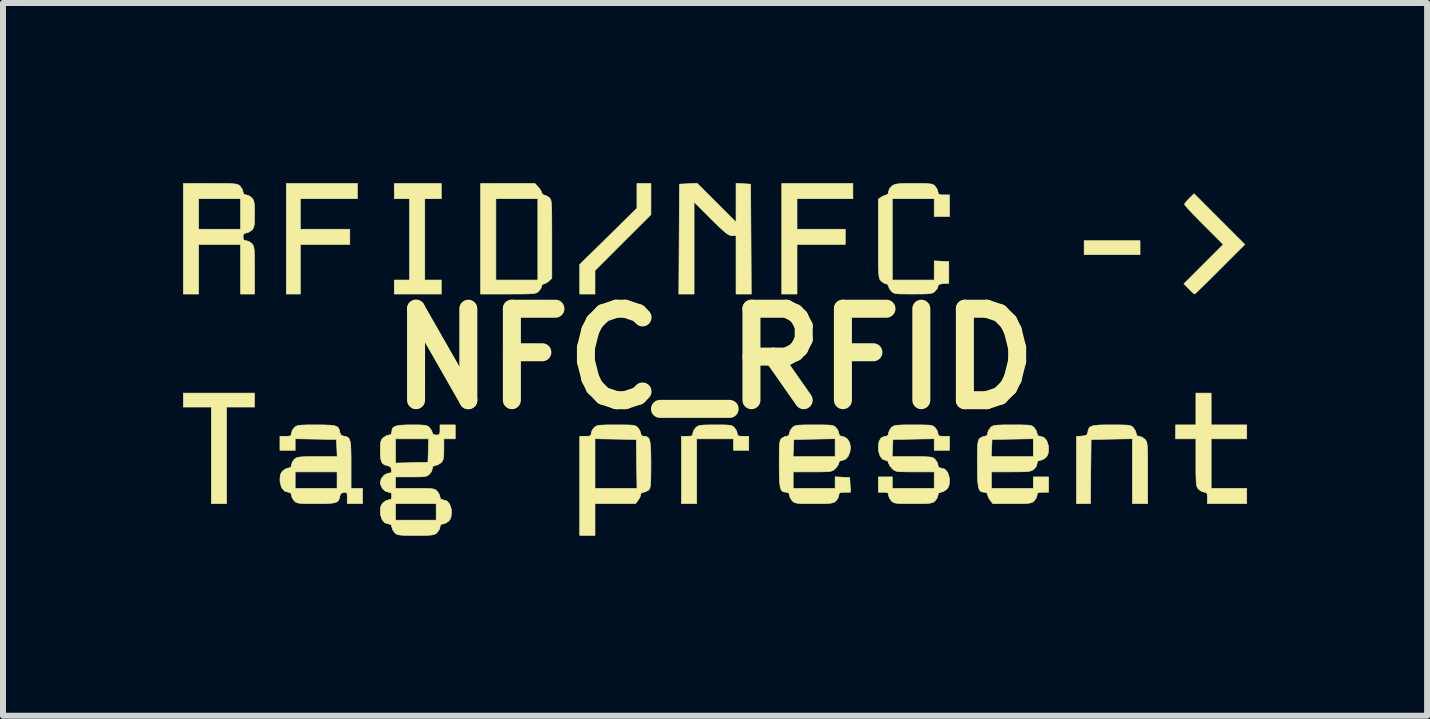
<source format=kicad_pcb>
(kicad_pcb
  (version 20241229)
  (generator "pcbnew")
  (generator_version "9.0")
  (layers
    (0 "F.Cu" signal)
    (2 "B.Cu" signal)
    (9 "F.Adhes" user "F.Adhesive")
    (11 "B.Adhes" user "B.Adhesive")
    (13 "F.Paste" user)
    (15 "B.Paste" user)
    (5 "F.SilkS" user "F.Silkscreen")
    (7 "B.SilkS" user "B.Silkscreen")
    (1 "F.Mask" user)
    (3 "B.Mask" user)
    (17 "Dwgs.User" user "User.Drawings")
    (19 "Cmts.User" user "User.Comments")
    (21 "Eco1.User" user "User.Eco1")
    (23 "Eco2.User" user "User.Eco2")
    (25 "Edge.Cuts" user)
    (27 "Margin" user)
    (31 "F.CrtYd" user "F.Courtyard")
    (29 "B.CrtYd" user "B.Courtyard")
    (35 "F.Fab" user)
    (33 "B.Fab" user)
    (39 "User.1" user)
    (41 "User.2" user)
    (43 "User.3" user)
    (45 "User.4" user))
  (footprint "NFC_RFID"
    (layer "F.Cu")
    (at 8.853 2.928)
    (property "Reference" "NFC_RFID" (at 0 0 0) (layer "F.SilkS") (effects (font (size 1.524 1.524) (thickness 0.3))))
    (attr through_hole)
    (fp_poly (pts (xy 7.091 -1.736) (xy 6.16 -1.736) (xy 6.16 -1.968) (xy 7.091 -1.968) (xy 7.091 -1.736)) (stroke (width 0.01) (type solid)) (fill yes) (layer "F.SilkS"))
    (fp_poly (pts (xy -7.662 0.804) (xy -8.128 0.804) (xy -8.128 2.413) (xy -8.382 2.413) (xy -8.382 0.804) (xy -8.848 0.804) (xy -8.848 0.572) (xy -7.662 0.572) (xy -7.662 0.804)) (stroke (width 0.01) (type solid)) (fill yes) (layer "F.SilkS"))
    (fp_poly (pts (xy -5.948 -2.667) (xy -6.9 -2.667) (xy -6.9 -2.159) (xy -6.075 -2.159) (xy -6.075 -1.905) (xy -6.9 -1.905) (xy -6.9 -1.079) (xy -7.133 -1.079) (xy -7.133 -2.921) (xy -5.948 -2.921) (xy -5.948 -2.667)) (stroke (width 0.01) (type solid)) (fill yes) (layer "F.SilkS"))
    (fp_poly (pts (xy 2.307 -2.667) (xy 1.376 -2.667) (xy 1.376 -2.159) (xy 2.18 -2.159) (xy 2.18 -1.905) (xy 1.376 -1.905) (xy 1.376 -1.079) (xy 1.122 -1.079) (xy 1.122 -2.921) (xy 2.307 -2.921) (xy 2.307 -2.667)) (stroke (width 0.01) (type solid)) (fill yes) (layer "F.SilkS"))
    (fp_poly (pts (xy -1.058 -2.402) (xy -1.524 -1.937) (xy -1.99 -1.471) (xy -1.99 -1.079) (xy -2.244 -1.079) (xy -2.244 -1.572) (xy -1.767 -2.04) (xy -1.291 -2.508) (xy -1.291 -2.715) (xy -1.291 -2.921) (xy -1.058 -2.921) (xy -1.058 -2.402)) (stroke (width 0.01) (type solid)) (fill yes) (layer "F.SilkS"))
    (fp_poly (pts (xy -4.551 -2.667) (xy -4.826 -2.667) (xy -4.826 -1.312) (xy -4.551 -1.312) (xy -4.551 -1.079) (xy -5.334 -1.079) (xy -5.334 -1.312) (xy -5.08 -1.312) (xy -5.08 -2.667) (xy -5.334 -2.667) (xy -5.334 -2.921) (xy -4.551 -2.921) (xy -4.551 -2.667)) (stroke (width 0.01) (type solid)) (fill yes) (layer "F.SilkS"))
    (fp_poly (pts (xy 0.036 -2.6) (xy 0.36 -2.276) (xy 0.36 -2.923) (xy 0.482 -2.917) (xy 0.603 -2.91) (xy 0.609 -1.995) (xy 0.614 -1.079) (xy 0.36 -1.079) (xy 0.36 -2.053) (xy 0.291 -2.053) (xy 0.264 -2.056) (xy 0.233 -2.069) (xy 0.195 -2.095) (xy 0.144 -2.138) (xy 0.075 -2.202) (xy -0.016 -2.291) (xy -0.058 -2.333) (xy -0.339 -2.613) (xy -0.339 -1.079) (xy -0.593 -1.079) (xy -0.588 -1.995) (xy -0.582 -2.91) (xy -0.435 -2.917) (xy -0.288 -2.923) (xy 0.036 -2.6)) (stroke (width 0.01) (type solid)) (fill yes) (layer "F.SilkS"))
    (fp_poly (pts (xy 8.414 -2.328) (xy 8.837 -1.905) (xy 8.424 -1.492) (xy 8.316 -1.384) (xy 8.218 -1.287) (xy 8.133 -1.204) (xy 8.066 -1.139) (xy 8.021 -1.097) (xy 8.001 -1.08) (xy 8 -1.079) (xy 7.98 -1.093) (xy 7.941 -1.129) (xy 7.905 -1.165) (xy 7.822 -1.25) (xy 8.477 -1.905) (xy 8.154 -2.228) (xy 8.059 -2.324) (xy 7.975 -2.411) (xy 7.907 -2.484) (xy 7.858 -2.538) (xy 7.834 -2.568) (xy 7.832 -2.573) (xy 7.846 -2.599) (xy 7.882 -2.642) (xy 7.912 -2.673) (xy 7.991 -2.751) (xy 8.414 -2.328)) (stroke (width 0.01) (type solid)) (fill yes) (layer "F.SilkS"))
    (fp_poly (pts (xy 8.276 1.101) (xy 8.869 1.101) (xy 8.869 1.333) (xy 8.276 1.333) (xy 8.276 2.159) (xy 8.869 2.159) (xy 8.869 2.413) (xy 8.213 2.413) (xy 8.213 2.318) (xy 8.21 2.259) (xy 8.199 2.231) (xy 8.174 2.223) (xy 8.163 2.223) (xy 8.114 2.208) (xy 8.068 2.174) (xy 8.052 2.154) (xy 8.04 2.132) (xy 8.032 2.099) (xy 8.027 2.051) (xy 8.024 1.98) (xy 8.022 1.88) (xy 8.022 1.745) (xy 8.022 1.729) (xy 8.022 1.333) (xy 7.684 1.333) (xy 7.684 1.101) (xy 8.022 1.101) (xy 8.022 0.572) (xy 8.276 0.572) (xy 8.276 1.101)) (stroke (width 0.01) (type solid)) (fill yes) (layer "F.SilkS"))
    (fp_poly (pts (xy 0.127 1.101) (xy 0.206 1.103) (xy 0.258 1.108) (xy 0.293 1.117) (xy 0.316 1.132) (xy 0.335 1.15) (xy 0.368 1.199) (xy 0.381 1.245) (xy 0.386 1.274) (xy 0.409 1.287) (xy 0.461 1.291) (xy 0.476 1.291) (xy 0.572 1.291) (xy 0.572 1.524) (xy 0.318 1.524) (xy 0.318 1.333) (xy -0.296 1.333) (xy -0.296 2.413) (xy -0.55 2.413) (xy -0.55 1.291) (xy -0.455 1.291) (xy -0.396 1.289) (xy -0.368 1.278) (xy -0.36 1.253) (xy -0.36 1.242) (xy -0.345 1.193) (xy -0.311 1.147) (xy -0.287 1.128) (xy -0.26 1.115) (xy -0.219 1.107) (xy -0.158 1.103) (xy -0.069 1.101) (xy 0.014 1.101) (xy 0.127 1.101)) (stroke (width 0.01) (type solid)) (fill yes) (layer "F.SilkS"))
    (fp_poly (pts (xy 6.738 1.101) (xy 6.826 1.103) (xy 6.886 1.106) (xy 6.926 1.113) (xy 6.952 1.124) (xy 6.972 1.14) (xy 6.981 1.15) (xy 7.014 1.199) (xy 7.027 1.245) (xy 7.039 1.282) (xy 7.077 1.291) (xy 7.126 1.306) (xy 7.172 1.34) (xy 7.186 1.357) (xy 7.197 1.377) (xy 7.205 1.404) (xy 7.211 1.446) (xy 7.215 1.507) (xy 7.217 1.592) (xy 7.218 1.707) (xy 7.218 1.858) (xy 7.218 1.901) (xy 7.218 2.413) (xy 6.964 2.413) (xy 6.964 1.332) (xy 6.62 1.338) (xy 6.276 1.344) (xy 6.27 1.879) (xy 6.265 2.413) (xy 6.032 2.413) (xy 6.032 1.294) (xy 6.122 1.287) (xy 6.18 1.279) (xy 6.209 1.263) (xy 6.219 1.229) (xy 6.22 1.228) (xy 6.229 1.182) (xy 6.245 1.149) (xy 6.276 1.126) (xy 6.326 1.112) (xy 6.402 1.104) (xy 6.51 1.101) (xy 6.614 1.101) (xy 6.738 1.101)) (stroke (width 0.01) (type solid)) (fill yes) (layer "F.SilkS"))
    (fp_poly (pts (xy -2.936 -2.862) (xy -2.898 -2.814) (xy -2.879 -2.773) (xy -2.879 -2.766) (xy -2.861 -2.736) (xy -2.842 -2.73) (xy -2.799 -2.716) (xy -2.757 -2.689) (xy -2.744 -2.677) (xy -2.733 -2.663) (xy -2.725 -2.642) (xy -2.719 -2.61) (xy -2.715 -2.561) (xy -2.712 -2.492) (xy -2.71 -2.396) (xy -2.71 -2.271) (xy -2.709 -2.111) (xy -2.709 -1.995) (xy -2.709 -1.341) (xy -2.758 -1.295) (xy -2.804 -1.262) (xy -2.843 -1.249) (xy -2.873 -1.231) (xy -2.879 -1.21) (xy -2.893 -1.169) (xy -2.928 -1.126) (xy -2.945 -1.11) (xy -2.966 -1.099) (xy -2.996 -1.091) (xy -3.04 -1.085) (xy -3.105 -1.082) (xy -3.196 -1.08) (xy -3.319 -1.08) (xy -3.436 -1.079) (xy -3.895 -1.079) (xy -3.895 -2.667) (xy -3.641 -2.667) (xy -3.641 -1.312) (xy -2.942 -1.312) (xy -2.942 -2.667) (xy -3.641 -2.667) (xy -3.895 -2.667) (xy -3.895 -2.921) (xy -2.992 -2.921) (xy -2.936 -2.862)) (stroke (width 0.01) (type solid)) (fill yes) (layer "F.SilkS"))
    (fp_poly (pts (xy -8.247 -2.921) (xy -8.134 -2.92) (xy -8.052 -2.918) (xy -7.995 -2.914) (xy -7.956 -2.908) (xy -7.931 -2.899) (xy -7.913 -2.886) (xy -7.899 -2.872) (xy -7.866 -2.823) (xy -7.853 -2.777) (xy -7.841 -2.74) (xy -7.804 -2.731) (xy -7.754 -2.716) (xy -7.708 -2.682) (xy -7.687 -2.655) (xy -7.674 -2.623) (xy -7.666 -2.576) (xy -7.663 -2.505) (xy -7.662 -2.41) (xy -7.663 -2.309) (xy -7.666 -2.242) (xy -7.674 -2.198) (xy -7.687 -2.168) (xy -7.708 -2.144) (xy -7.711 -2.142) (xy -7.761 -2.108) (xy -7.807 -2.095) (xy -7.84 -2.087) (xy -7.852 -2.054) (xy -7.853 -2.032) (xy -7.847 -1.986) (xy -7.823 -1.97) (xy -7.804 -1.969) (xy -7.754 -1.954) (xy -7.708 -1.92) (xy -7.692 -1.9) (xy -7.68 -1.878) (xy -7.672 -1.845) (xy -7.667 -1.797) (xy -7.664 -1.726) (xy -7.663 -1.626) (xy -7.662 -1.491) (xy -7.662 -1.475) (xy -7.662 -1.079) (xy -7.895 -1.079) (xy -7.895 -1.905) (xy -8.594 -1.905) (xy -8.594 -1.079) (xy -8.848 -1.079) (xy -8.848 -2.667) (xy -8.594 -2.667) (xy -8.594 -2.159) (xy -7.895 -2.159) (xy -7.895 -2.667) (xy -8.594 -2.667) (xy -8.848 -2.667) (xy -8.848 -2.921) (xy -8.396 -2.921) (xy -8.247 -2.921)) (stroke (width 0.01) (type solid)) (fill yes) (layer "F.SilkS"))
    (fp_poly (pts (xy -1.515 1.101) (xy -1.427 1.103) (xy -1.367 1.106) (xy -1.328 1.113) (xy -1.302 1.125) (xy -1.282 1.141) (xy -1.274 1.15) (xy -1.241 1.199) (xy -1.228 1.245) (xy -1.216 1.281) (xy -1.178 1.291) (xy -1.139 1.294) (xy -1.109 1.308) (xy -1.088 1.336) (xy -1.074 1.384) (xy -1.065 1.458) (xy -1.06 1.562) (xy -1.058 1.701) (xy -1.058 1.761) (xy -1.059 1.9) (xy -1.06 2.003) (xy -1.063 2.077) (xy -1.069 2.126) (xy -1.077 2.158) (xy -1.088 2.178) (xy -1.097 2.187) (xy -1.146 2.215) (xy -1.182 2.223) (xy -1.22 2.236) (xy -1.228 2.262) (xy -1.24 2.306) (xy -1.271 2.356) (xy -1.272 2.357) (xy -1.315 2.413) (xy -1.99 2.413) (xy -1.99 2.942) (xy -2.244 2.942) (xy -2.244 2.159) (xy -1.99 2.159) (xy -1.29 2.159) (xy -1.296 1.752) (xy -1.302 1.344) (xy -1.99 1.332) (xy -1.99 2.159) (xy -2.244 2.159) (xy -2.244 1.291) (xy -2.148 1.291) (xy -2.089 1.289) (xy -2.062 1.278) (xy -2.053 1.253) (xy -2.053 1.242) (xy -2.038 1.193) (xy -2.004 1.147) (xy -1.983 1.129) (xy -1.957 1.116) (xy -1.92 1.108) (xy -1.865 1.104) (xy -1.783 1.101) (xy -1.668 1.101) (xy -1.637 1.101) (xy -1.515 1.101)) (stroke (width 0.01) (type solid)) (fill yes) (layer "F.SilkS"))
    (fp_poly (pts (xy 3.444 -2.921) (xy 3.53 -2.919) (xy 3.588 -2.915) (xy 3.627 -2.908) (xy 3.653 -2.896) (xy 3.673 -2.879) (xy 3.679 -2.872) (xy 3.712 -2.823) (xy 3.725 -2.777) (xy 3.731 -2.748) (xy 3.753 -2.734) (xy 3.805 -2.731) (xy 3.821 -2.731) (xy 3.916 -2.731) (xy 3.916 -2.371) (xy 3.662 -2.371) (xy 3.662 -2.667) (xy 2.963 -2.667) (xy 2.963 -1.312) (xy 3.662 -1.312) (xy 3.662 -1.632) (xy 3.905 -1.619) (xy 3.905 -1.259) (xy 3.815 -1.253) (xy 3.756 -1.244) (xy 3.729 -1.227) (xy 3.725 -1.209) (xy 3.711 -1.169) (xy 3.676 -1.126) (xy 3.655 -1.108) (xy 3.629 -1.095) (xy 3.592 -1.087) (xy 3.537 -1.082) (xy 3.455 -1.08) (xy 3.341 -1.08) (xy 3.31 -1.079) (xy 3.187 -1.08) (xy 3.099 -1.081) (xy 3.039 -1.085) (xy 3 -1.092) (xy 2.974 -1.104) (xy 2.954 -1.12) (xy 2.946 -1.128) (xy 2.913 -1.174) (xy 2.9 -1.213) (xy 2.882 -1.243) (xy 2.861 -1.249) (xy 2.82 -1.263) (xy 2.777 -1.298) (xy 2.764 -1.313) (xy 2.753 -1.33) (xy 2.746 -1.354) (xy 2.74 -1.39) (xy 2.736 -1.442) (xy 2.733 -1.516) (xy 2.731 -1.616) (xy 2.731 -1.746) (xy 2.731 -1.912) (xy 2.731 -2.004) (xy 2.731 -2.662) (xy 2.783 -2.696) (xy 2.832 -2.721) (xy 2.867 -2.731) (xy 2.894 -2.749) (xy 2.9 -2.782) (xy 2.918 -2.835) (xy 2.956 -2.877) (xy 2.981 -2.894) (xy 3.011 -2.906) (xy 3.054 -2.914) (xy 3.116 -2.919) (xy 3.206 -2.921) (xy 3.322 -2.921) (xy 3.444 -2.921)) (stroke (width 0.01) (type solid)) (fill yes) (layer "F.SilkS"))
    (fp_poly (pts (xy 5.089 1.101) (xy 5.177 1.103) (xy 5.237 1.106) (xy 5.276 1.113) (xy 5.302 1.125) (xy 5.322 1.141) (xy 5.33 1.15) (xy 5.363 1.199) (xy 5.376 1.245) (xy 5.388 1.282) (xy 5.426 1.291) (xy 5.49 1.31) (xy 5.537 1.364) (xy 5.563 1.445) (xy 5.567 1.495) (xy 5.562 1.569) (xy 5.543 1.618) (xy 5.518 1.647) (xy 5.469 1.68) (xy 5.423 1.693) (xy 5.386 1.704) (xy 5.376 1.744) (xy 5.376 1.745) (xy 5.359 1.798) (xy 5.321 1.84) (xy 5.296 1.857) (xy 5.266 1.869) (xy 5.225 1.877) (xy 5.165 1.881) (xy 5.077 1.883) (xy 4.956 1.884) (xy 4.94 1.884) (xy 4.614 1.884) (xy 4.614 2.159) (xy 5.313 2.159) (xy 5.313 1.968) (xy 5.567 1.968) (xy 5.567 2.223) (xy 5.472 2.223) (xy 5.413 2.225) (xy 5.385 2.236) (xy 5.377 2.261) (xy 5.376 2.272) (xy 5.361 2.321) (xy 5.327 2.367) (xy 5.306 2.385) (xy 5.28 2.397) (xy 5.244 2.405) (xy 5.188 2.41) (xy 5.107 2.412) (xy 4.993 2.413) (xy 4.958 2.413) (xy 4.639 2.413) (xy 4.595 2.357) (xy 4.564 2.307) (xy 4.551 2.263) (xy 4.551 2.262) (xy 4.536 2.23) (xy 4.501 2.223) (xy 4.462 2.219) (xy 4.433 2.206) (xy 4.411 2.178) (xy 4.397 2.129) (xy 4.388 2.056) (xy 4.383 1.952) (xy 4.382 1.813) (xy 4.381 1.753) (xy 4.382 1.63) (xy 4.612 1.63) (xy 5.313 1.63) (xy 5.313 1.332) (xy 4.969 1.338) (xy 4.625 1.344) (xy 4.612 1.63) (xy 4.382 1.63) (xy 4.382 1.614) (xy 4.383 1.51) (xy 4.386 1.437) (xy 4.392 1.388) (xy 4.4 1.356) (xy 4.411 1.336) (xy 4.42 1.326) (xy 4.469 1.298) (xy 4.505 1.291) (xy 4.541 1.279) (xy 4.551 1.242) (xy 4.566 1.193) (xy 4.6 1.147) (xy 4.621 1.129) (xy 4.647 1.116) (xy 4.684 1.108) (xy 4.739 1.104) (xy 4.821 1.101) (xy 4.936 1.101) (xy 4.967 1.101) (xy 5.089 1.101)) (stroke (width 0.01) (type solid)) (fill yes) (layer "F.SilkS"))
    (fp_poly (pts (xy -6.498 1.102) (xy -6.399 1.106) (xy -6.331 1.115) (xy -6.287 1.132) (xy -6.261 1.157) (xy -6.247 1.194) (xy -6.241 1.228) (xy -6.22 1.272) (xy -6.181 1.288) (xy -6.139 1.295) (xy -6.107 1.309) (xy -6.085 1.334) (xy -6.07 1.376) (xy -6.06 1.44) (xy -6.056 1.532) (xy -6.054 1.657) (xy -6.054 1.76) (xy -6.054 2.159) (xy -5.863 2.159) (xy -5.863 2.413) (xy -6.117 2.413) (xy -6.117 2.316) (xy -6.119 2.257) (xy -6.128 2.23) (xy -6.153 2.224) (xy -6.175 2.226) (xy -6.222 2.243) (xy -6.241 2.284) (xy -6.241 2.286) (xy -6.25 2.332) (xy -6.267 2.365) (xy -6.297 2.387) (xy -6.347 2.402) (xy -6.423 2.409) (xy -6.531 2.413) (xy -6.635 2.413) (xy -6.759 2.413) (xy -6.847 2.411) (xy -6.907 2.407) (xy -6.947 2.4) (xy -6.973 2.389) (xy -6.994 2.373) (xy -7.002 2.364) (xy -7.036 2.315) (xy -7.048 2.269) (xy -7.06 2.232) (xy -7.098 2.223) (xy -7.162 2.203) (xy -7.209 2.15) (xy -7.235 2.069) (xy -7.239 2.018) (xy -7.234 1.944) (xy -7.215 1.895) (xy -7.205 1.884) (xy -6.985 1.884) (xy -6.985 2.159) (xy -6.287 2.159) (xy -6.287 1.884) (xy -6.985 1.884) (xy -7.205 1.884) (xy -7.19 1.866) (xy -7.141 1.833) (xy -7.095 1.82) (xy -7.058 1.809) (xy -7.048 1.771) (xy -7.034 1.722) (xy -7 1.676) (xy -6.978 1.658) (xy -6.954 1.646) (xy -6.918 1.638) (xy -6.864 1.633) (xy -6.785 1.631) (xy -6.674 1.63) (xy -6.618 1.63) (xy -6.285 1.63) (xy -6.291 1.487) (xy -6.297 1.344) (xy -6.641 1.338) (xy -6.985 1.332) (xy -6.985 1.524) (xy -7.239 1.524) (xy -7.239 1.291) (xy -7.144 1.291) (xy -7.085 1.289) (xy -7.057 1.278) (xy -7.049 1.253) (xy -7.048 1.242) (xy -7.034 1.193) (xy -7 1.147) (xy -6.978 1.129) (xy -6.952 1.116) (xy -6.916 1.108) (xy -6.86 1.104) (xy -6.779 1.101) (xy -6.664 1.101) (xy -6.632 1.101) (xy -6.498 1.102)) (stroke (width 0.01) (type solid)) (fill yes) (layer "F.SilkS"))
    (fp_poly (pts (xy 1.787 1.101) (xy 1.875 1.103) (xy 1.935 1.106) (xy 1.974 1.113) (xy 2 1.125) (xy 2.02 1.141) (xy 2.028 1.15) (xy 2.061 1.199) (xy 2.074 1.245) (xy 2.086 1.282) (xy 2.124 1.291) (xy 2.173 1.306) (xy 2.219 1.34) (xy 2.255 1.403) (xy 2.267 1.478) (xy 2.257 1.555) (xy 2.228 1.624) (xy 2.184 1.674) (xy 2.127 1.693) (xy 2.126 1.693) (xy 2.084 1.705) (xy 2.074 1.732) (xy 2.06 1.771) (xy 2.024 1.818) (xy 2.015 1.827) (xy 1.991 1.849) (xy 1.968 1.864) (xy 1.937 1.874) (xy 1.891 1.88) (xy 1.823 1.883) (xy 1.726 1.884) (xy 1.634 1.884) (xy 1.312 1.884) (xy 1.312 2.159) (xy 2.011 2.159) (xy 2.011 1.966) (xy 2.254 1.979) (xy 2.261 2.101) (xy 2.267 2.223) (xy 2.171 2.223) (xy 2.111 2.225) (xy 2.083 2.236) (xy 2.075 2.26) (xy 2.074 2.272) (xy 2.059 2.321) (xy 2.025 2.367) (xy 2.004 2.385) (xy 1.978 2.397) (xy 1.941 2.405) (xy 1.886 2.41) (xy 1.804 2.412) (xy 1.69 2.413) (xy 1.659 2.413) (xy 1.536 2.413) (xy 1.448 2.411) (xy 1.389 2.407) (xy 1.349 2.4) (xy 1.323 2.389) (xy 1.303 2.372) (xy 1.295 2.364) (xy 1.262 2.315) (xy 1.249 2.269) (xy 1.237 2.232) (xy 1.199 2.223) (xy 1.16 2.219) (xy 1.131 2.206) (xy 1.109 2.178) (xy 1.095 2.129) (xy 1.086 2.056) (xy 1.081 1.952) (xy 1.08 1.813) (xy 1.079 1.753) (xy 1.08 1.63) (xy 1.31 1.63) (xy 2.011 1.63) (xy 2.011 1.332) (xy 1.667 1.338) (xy 1.323 1.344) (xy 1.31 1.63) (xy 1.08 1.63) (xy 1.08 1.614) (xy 1.081 1.51) (xy 1.084 1.437) (xy 1.09 1.388) (xy 1.098 1.356) (xy 1.109 1.336) (xy 1.118 1.326) (xy 1.167 1.298) (xy 1.203 1.291) (xy 1.239 1.279) (xy 1.249 1.242) (xy 1.264 1.193) (xy 1.298 1.147) (xy 1.319 1.129) (xy 1.345 1.116) (xy 1.382 1.108) (xy 1.437 1.104) (xy 1.519 1.101) (xy 1.634 1.101) (xy 1.665 1.101) (xy 1.787 1.101)) (stroke (width 0.01) (type solid)) (fill yes) (layer "F.SilkS"))
    (fp_poly (pts (xy 3.438 1.101) (xy 3.526 1.103) (xy 3.586 1.106) (xy 3.625 1.113) (xy 3.651 1.125) (xy 3.671 1.141) (xy 3.679 1.15) (xy 3.712 1.199) (xy 3.725 1.245) (xy 3.731 1.274) (xy 3.753 1.287) (xy 3.805 1.291) (xy 3.821 1.291) (xy 3.916 1.291) (xy 3.916 1.524) (xy 3.662 1.524) (xy 3.662 1.332) (xy 3.318 1.338) (xy 2.974 1.344) (xy 2.961 1.63) (xy 3.297 1.63) (xy 3.424 1.63) (xy 3.515 1.632) (xy 3.578 1.635) (xy 3.62 1.641) (xy 3.647 1.652) (xy 3.667 1.667) (xy 3.679 1.679) (xy 3.712 1.728) (xy 3.725 1.774) (xy 3.737 1.811) (xy 3.775 1.82) (xy 3.839 1.839) (xy 3.886 1.893) (xy 3.912 1.974) (xy 3.916 2.024) (xy 3.911 2.098) (xy 3.892 2.147) (xy 3.867 2.176) (xy 3.818 2.21) (xy 3.772 2.223) (xy 3.735 2.234) (xy 3.725 2.272) (xy 3.71 2.321) (xy 3.676 2.367) (xy 3.655 2.385) (xy 3.629 2.397) (xy 3.592 2.405) (xy 3.537 2.41) (xy 3.455 2.412) (xy 3.341 2.413) (xy 3.31 2.413) (xy 3.187 2.413) (xy 3.099 2.411) (xy 3.039 2.407) (xy 3 2.4) (xy 2.974 2.389) (xy 2.954 2.372) (xy 2.946 2.364) (xy 2.913 2.315) (xy 2.9 2.269) (xy 2.894 2.239) (xy 2.868 2.225) (xy 2.815 2.223) (xy 2.731 2.223) (xy 2.731 1.968) (xy 2.963 1.968) (xy 2.963 2.159) (xy 3.662 2.159) (xy 3.662 1.884) (xy 3.34 1.884) (xy 3.217 1.884) (xy 3.129 1.882) (xy 3.068 1.879) (xy 3.028 1.872) (xy 3 1.86) (xy 2.977 1.843) (xy 2.959 1.827) (xy 2.92 1.78) (xy 2.901 1.738) (xy 2.9 1.732) (xy 2.883 1.699) (xy 2.861 1.693) (xy 2.803 1.674) (xy 2.76 1.62) (xy 2.735 1.538) (xy 2.731 1.478) (xy 2.741 1.382) (xy 2.774 1.321) (xy 2.829 1.293) (xy 2.854 1.291) (xy 2.89 1.279) (xy 2.9 1.242) (xy 2.915 1.193) (xy 2.949 1.147) (xy 2.97 1.129) (xy 2.996 1.116) (xy 3.033 1.108) (xy 3.088 1.104) (xy 3.17 1.101) (xy 3.285 1.101) (xy 3.316 1.101) (xy 3.438 1.101)) (stroke (width 0.01) (type solid)) (fill yes) (layer "F.SilkS"))
    (fp_poly (pts (xy -4.318 1.333) (xy -4.508 1.333) (xy -4.508 1.51) (xy -4.51 1.599) (xy -4.515 1.657) (xy -4.527 1.695) (xy -4.548 1.723) (xy -4.557 1.732) (xy -4.607 1.765) (xy -4.653 1.778) (xy -4.689 1.79) (xy -4.699 1.827) (xy -4.714 1.877) (xy -4.748 1.922) (xy -4.772 1.942) (xy -4.801 1.955) (xy -4.843 1.963) (xy -4.907 1.967) (xy -5.001 1.968) (xy -5.055 1.968) (xy -5.313 1.968) (xy -5.313 2.159) (xy -4.988 2.159) (xy -4.864 2.159) (xy -4.775 2.161) (xy -4.714 2.164) (xy -4.674 2.171) (xy -4.648 2.182) (xy -4.628 2.198) (xy -4.618 2.208) (xy -4.585 2.257) (xy -4.572 2.303) (xy -4.56 2.34) (xy -4.523 2.349) (xy -4.458 2.369) (xy -4.411 2.422) (xy -4.385 2.503) (xy -4.381 2.554) (xy -4.387 2.628) (xy -4.405 2.677) (xy -4.43 2.706) (xy -4.48 2.739) (xy -4.526 2.752) (xy -4.562 2.763) (xy -4.572 2.801) (xy -4.587 2.85) (xy -4.621 2.896) (xy -4.643 2.914) (xy -4.669 2.927) (xy -4.707 2.935) (xy -4.763 2.94) (xy -4.847 2.942) (xy -4.964 2.942) (xy -4.977 2.942) (xy -5.098 2.942) (xy -5.183 2.94) (xy -5.241 2.936) (xy -5.279 2.929) (xy -5.304 2.917) (xy -5.325 2.899) (xy -5.33 2.893) (xy -5.363 2.844) (xy -5.376 2.798) (xy -5.388 2.761) (xy -5.426 2.752) (xy -5.49 2.733) (xy -5.537 2.679) (xy -5.563 2.598) (xy -5.567 2.548) (xy -5.562 2.474) (xy -5.543 2.425) (xy -5.533 2.413) (xy -5.313 2.413) (xy -5.313 2.688) (xy -4.636 2.688) (xy -4.636 2.413) (xy -5.313 2.413) (xy -5.533 2.413) (xy -5.518 2.396) (xy -5.469 2.362) (xy -5.423 2.349) (xy -5.389 2.341) (xy -5.377 2.308) (xy -5.376 2.286) (xy -5.382 2.24) (xy -5.407 2.224) (xy -5.426 2.223) (xy -5.484 2.204) (xy -5.534 2.156) (xy -5.563 2.092) (xy -5.567 2.061) (xy -5.549 1.995) (xy -5.504 1.94) (xy -5.445 1.908) (xy -5.421 1.905) (xy -5.387 1.898) (xy -5.379 1.867) (xy -5.38 1.847) (xy -5.397 1.8) (xy -5.438 1.782) (xy -5.44 1.781) (xy -5.497 1.766) (xy -5.535 1.736) (xy -5.557 1.682) (xy -5.566 1.597) (xy -5.567 1.535) (xy -5.566 1.447) (xy -5.56 1.389) (xy -5.547 1.352) (xy -5.533 1.333) (xy -5.313 1.333) (xy -5.313 1.737) (xy -4.773 1.725) (xy -4.767 1.529) (xy -4.761 1.333) (xy -5.313 1.333) (xy -5.533 1.333) (xy -5.526 1.324) (xy -5.518 1.316) (xy -5.469 1.283) (xy -5.423 1.27) (xy -5.386 1.258) (xy -5.376 1.22) (xy -5.37 1.174) (xy -5.348 1.141) (xy -5.304 1.12) (xy -5.233 1.107) (xy -5.128 1.101) (xy -5.045 1.101) (xy -4.937 1.101) (xy -4.862 1.104) (xy -4.813 1.11) (xy -4.781 1.12) (xy -4.758 1.137) (xy -4.745 1.15) (xy -4.712 1.195) (xy -4.699 1.234) (xy -4.685 1.261) (xy -4.638 1.27) (xy -4.636 1.27) (xy -4.595 1.267) (xy -4.577 1.249) (xy -4.572 1.204) (xy -4.572 1.185) (xy -4.572 1.101) (xy -4.318 1.101) (xy -4.318 1.333)) (stroke (width 0.01) (type solid)) (fill yes) (layer "F.SilkS")))
  (gr_rect
    (start -3 -3)
    (end 20.727 8.875)
    (stroke (width 0.1) (type default))
    (fill no)
    (layer "Edge.Cuts")))
</source>
